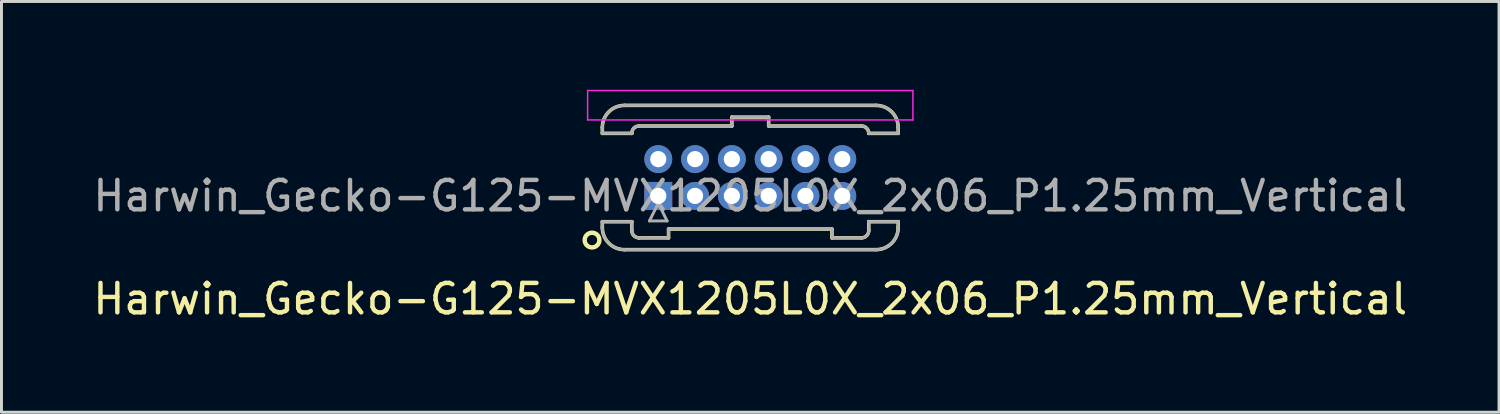
<source format=kicad_pcb>
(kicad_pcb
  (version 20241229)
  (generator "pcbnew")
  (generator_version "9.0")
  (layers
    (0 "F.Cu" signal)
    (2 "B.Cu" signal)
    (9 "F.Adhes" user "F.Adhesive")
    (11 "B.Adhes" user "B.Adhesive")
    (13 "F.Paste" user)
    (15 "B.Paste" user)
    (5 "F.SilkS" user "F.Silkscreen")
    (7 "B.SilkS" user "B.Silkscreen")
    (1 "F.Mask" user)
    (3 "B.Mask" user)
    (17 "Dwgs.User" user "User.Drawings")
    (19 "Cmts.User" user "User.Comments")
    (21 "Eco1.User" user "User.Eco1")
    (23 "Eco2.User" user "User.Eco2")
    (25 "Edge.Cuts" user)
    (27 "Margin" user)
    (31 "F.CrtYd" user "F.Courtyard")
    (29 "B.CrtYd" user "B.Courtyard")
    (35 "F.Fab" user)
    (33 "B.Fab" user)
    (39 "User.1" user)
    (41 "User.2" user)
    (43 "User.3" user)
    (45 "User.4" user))
  (footprint "Harwin_Gecko-G125-MVX1205L0X_2x06_P1.25mm_Vertical"
    (layer "F.Cu")
    (at 19.31 3.605)
    (property "Reference" "Harwin_Gecko-G125-MVX1205L0X_2x06_P1.25mm_Vertical" (at 3.125 3.5 0) (layer "F.SilkS") (effects (font (size 1 1) (thickness 0.15))))
    (attr through_hole)
    (fp_line (start -1.9 -2.325) (end -1.9 -2.125) (stroke (width 0.12) (type solid)) (layer "F.SilkS"))
    (fp_line (start -1.9 -2.125) (end -0.9 -2.125) (stroke (width 0.12) (type solid)) (layer "F.SilkS"))
    (fp_line (start -1.9 0.875) (end -0.9 0.875) (stroke (width 0.12) (type solid)) (layer "F.SilkS"))
    (fp_line (start -1.9 1.075) (end -1.9 0.875) (stroke (width 0.12) (type solid)) (layer "F.SilkS"))
    (fp_line (start -1.15 -3.075) (end 7.4 -3.075) (stroke (width 0.12) (type solid)) (layer "F.SilkS"))
    (fp_line (start -1.15 1.825) (end 7.4 1.825) (stroke (width 0.12) (type solid)) (layer "F.SilkS"))
    (fp_line (start -0.9 -2.125) (end -0.9 -2.125) (stroke (width 0.12) (type solid)) (layer "F.SilkS"))
    (fp_line (start -0.9 0.875) (end -0.9 0.875) (stroke (width 0.12) (type solid)) (layer "F.SilkS"))
    (fp_line (start -0.9 1.175) (end -0.9 0.875) (stroke (width 0.12) (type solid)) (layer "F.SilkS"))
    (fp_line (start -0.65 -2.375) (end 2.5 -2.375) (stroke (width 0.12) (type solid)) (layer "F.SilkS"))
    (fp_line (start -0.65 1.425) (end 0.35 1.425) (stroke (width 0.12) (type solid)) (layer "F.SilkS"))
    (fp_line (start 0.35 1.125) (end 5.9 1.125) (stroke (width 0.12) (type solid)) (layer "F.SilkS"))
    (fp_line (start 0.35 1.425) (end 0.35 1.125) (stroke (width 0.12) (type solid)) (layer "F.SilkS"))
    (fp_line (start 2.5 -2.675) (end 3.75 -2.675) (stroke (width 0.12) (type solid)) (layer "F.SilkS"))
    (fp_line (start 2.5 -2.375) (end 2.5 -2.675) (stroke (width 0.12) (type solid)) (layer "F.SilkS"))
    (fp_line (start 3.75 -2.675) (end 3.75 -2.375) (stroke (width 0.12) (type solid)) (layer "F.SilkS"))
    (fp_line (start 3.75 -2.375) (end 6.9 -2.375) (stroke (width 0.12) (type solid)) (layer "F.SilkS"))
    (fp_line (start 5.9 1.125) (end 5.9 1.425) (stroke (width 0.12) (type solid)) (layer "F.SilkS"))
    (fp_line (start 5.9 1.425) (end 6.9 1.425) (stroke (width 0.12) (type solid)) (layer "F.SilkS"))
    (fp_line (start 7.15 -2.125) (end 7.15 -2.125) (stroke (width 0.12) (type solid)) (layer "F.SilkS"))
    (fp_line (start 7.15 0.875) (end 7.15 0.875) (stroke (width 0.12) (type solid)) (layer "F.SilkS"))
    (fp_line (start 7.15 1.175) (end 7.15 0.875) (stroke (width 0.12) (type solid)) (layer "F.SilkS"))
    (fp_line (start 8.15 -2.325) (end 8.15 -2.125) (stroke (width 0.12) (type solid)) (layer "F.SilkS"))
    (fp_line (start 8.15 -2.125) (end 7.15 -2.125) (stroke (width 0.12) (type solid)) (layer "F.SilkS"))
    (fp_line (start 8.15 0.875) (end 7.15 0.875) (stroke (width 0.12) (type solid)) (layer "F.SilkS"))
    (fp_line (start 8.15 1.075) (end 8.15 0.875) (stroke (width 0.12) (type solid)) (layer "F.SilkS"))
    (fp_arc (start -1.9 -2.325) (mid -1.68033 -2.85533) (end -1.15 -3.075) (stroke (width 0.12) (type solid)) (layer "F.SilkS"))
    (fp_arc (start -1.15 1.825) (mid -1.68033 1.60533) (end -1.9 1.075) (stroke (width 0.12) (type solid)) (layer "F.SilkS"))
    (fp_arc (start -0.9 -2.125) (mid -0.826777 -2.301777) (end -0.65 -2.375) (stroke (width 0.12) (type solid)) (layer "F.SilkS"))
    (fp_arc (start -0.65 1.425) (mid -0.826777 1.351777) (end -0.9 1.175) (stroke (width 0.12) (type solid)) (layer "F.SilkS"))
    (fp_arc (start 6.9 -2.375) (mid 7.076777 -2.301777) (end 7.15 -2.125) (stroke (width 0.12) (type solid)) (layer "F.SilkS"))
    (fp_arc (start 7.15 1.175) (mid 7.076777 1.351777) (end 6.9 1.425) (stroke (width 0.12) (type solid)) (layer "F.SilkS"))
    (fp_arc (start 7.4 -3.075) (mid 7.93033 -2.85533) (end 8.15 -2.325) (stroke (width 0.12) (type solid)) (layer "F.SilkS"))
    (fp_arc (start 8.15 1.075) (mid 7.93033 1.60533) (end 7.4 1.825) (stroke (width 0.12) (type solid)) (layer "F.SilkS"))
    (fp_circle (center -2.25 1.5) (end -2 1.5) (stroke (width 0.15) (type solid)) (fill no) (layer "F.SilkS"))
    (fp_line (start -2.4 -3.58) (end -2.4 -2.58) (stroke (width 0.05) (type solid)) (layer "F.CrtYd"))
    (fp_line (start -2.4 -2.58) (end 8.65 -2.58) (stroke (width 0.05) (type solid)) (layer "F.CrtYd"))
    (fp_line (start 8.65 -3.58) (end -2.4 -3.58) (stroke (width 0.05) (type solid)) (layer "F.CrtYd"))
    (fp_line (start 8.65 -2.58) (end 8.65 -3.58) (stroke (width 0.05) (type solid)) (layer "F.CrtYd"))
    (fp_line (start -1.9 -2.325) (end -1.9 -2.125) (stroke (width 0.1) (type solid)) (layer "F.Fab"))
    (fp_line (start -1.9 -2.125) (end -0.9 -2.125) (stroke (width 0.1) (type solid)) (layer "F.Fab"))
    (fp_line (start -1.9 0.875) (end -0.9 0.875) (stroke (width 0.1) (type solid)) (layer "F.Fab"))
    (fp_line (start -1.9 1.075) (end -1.9 0.875) (stroke (width 0.1) (type solid)) (layer "F.Fab"))
    (fp_line (start -1.15 -3.075) (end 7.4 -3.075) (stroke (width 0.1) (type solid)) (layer "F.Fab"))
    (fp_line (start -1.15 1.825) (end 7.4 1.825) (stroke (width 0.1) (type solid)) (layer "F.Fab"))
    (fp_line (start -0.9 -2.125) (end -0.9 -2.125) (stroke (width 0.1) (type solid)) (layer "F.Fab"))
    (fp_line (start -0.9 0.875) (end -0.9 0.875) (stroke (width 0.1) (type solid)) (layer "F.Fab"))
    (fp_line (start -0.9 1.175) (end -0.9 0.875) (stroke (width 0.1) (type solid)) (layer "F.Fab"))
    (fp_line (start -0.65 -2.375) (end 2.5 -2.375) (stroke (width 0.1) (type solid)) (layer "F.Fab"))
    (fp_line (start -0.65 1.425) (end 0.35 1.425) (stroke (width 0.1) (type solid)) (layer "F.Fab"))
    (fp_line (start -0.3 0.85) (end 0.3 0.85) (stroke (width 0.1) (type solid)) (layer "F.Fab"))
    (fp_line (start 0 0.25) (end -0.3 0.85) (stroke (width 0.1) (type solid)) (layer "F.Fab"))
    (fp_line (start 0.3 0.85) (end 0 0.25) (stroke (width 0.1) (type solid)) (layer "F.Fab"))
    (fp_line (start 0.35 1.125) (end 5.9 1.125) (stroke (width 0.1) (type solid)) (layer "F.Fab"))
    (fp_line (start 0.35 1.425) (end 0.35 1.125) (stroke (width 0.1) (type solid)) (layer "F.Fab"))
    (fp_line (start 2.5 -2.675) (end 3.75 -2.675) (stroke (width 0.1) (type solid)) (layer "F.Fab"))
    (fp_line (start 2.5 -2.375) (end 2.5 -2.675) (stroke (width 0.1) (type solid)) (layer "F.Fab"))
    (fp_line (start 3.75 -2.675) (end 3.75 -2.375) (stroke (width 0.1) (type solid)) (layer "F.Fab"))
    (fp_line (start 3.75 -2.375) (end 6.9 -2.375) (stroke (width 0.1) (type solid)) (layer "F.Fab"))
    (fp_line (start 5.9 1.125) (end 5.9 1.425) (stroke (width 0.1) (type solid)) (layer "F.Fab"))
    (fp_line (start 5.9 1.425) (end 6.9 1.425) (stroke (width 0.1) (type solid)) (layer "F.Fab"))
    (fp_line (start 7.15 -2.125) (end 7.15 -2.125) (stroke (width 0.1) (type solid)) (layer "F.Fab"))
    (fp_line (start 7.15 0.875) (end 7.15 0.875) (stroke (width 0.1) (type solid)) (layer "F.Fab"))
    (fp_line (start 7.15 1.175) (end 7.15 0.875) (stroke (width 0.1) (type solid)) (layer "F.Fab"))
    (fp_line (start 8.15 -2.325) (end 8.15 -2.125) (stroke (width 0.1) (type solid)) (layer "F.Fab"))
    (fp_line (start 8.15 -2.125) (end 7.15 -2.125) (stroke (width 0.1) (type solid)) (layer "F.Fab"))
    (fp_line (start 8.15 0.875) (end 7.15 0.875) (stroke (width 0.1) (type solid)) (layer "F.Fab"))
    (fp_line (start 8.15 1.075) (end 8.15 0.875) (stroke (width 0.1) (type solid)) (layer "F.Fab"))
    (fp_arc (start -1.9 -2.325) (mid -1.68033 -2.85533) (end -1.15 -3.075) (stroke (width 0.1) (type solid)) (layer "F.Fab"))
    (fp_arc (start -1.15 1.825) (mid -1.68033 1.60533) (end -1.9 1.075) (stroke (width 0.1) (type solid)) (layer "F.Fab"))
    (fp_arc (start -0.9 -2.125) (mid -0.826777 -2.301777) (end -0.65 -2.375) (stroke (width 0.1) (type solid)) (layer "F.Fab"))
    (fp_arc (start -0.65 1.425) (mid -0.826777 1.351777) (end -0.9 1.175) (stroke (width 0.1) (type solid)) (layer "F.Fab"))
    (fp_arc (start 6.9 -2.375) (mid 7.076777 -2.301777) (end 7.15 -2.125) (stroke (width 0.1) (type solid)) (layer "F.Fab"))
    (fp_arc (start 7.15 1.175) (mid 7.076777 1.351777) (end 6.9 1.425) (stroke (width 0.1) (type solid)) (layer "F.Fab"))
    (fp_arc (start 7.4 -3.075) (mid 7.93033 -2.85533) (end 8.15 -2.325) (stroke (width 0.1) (type solid)) (layer "F.Fab"))
    (fp_arc (start 8.15 1.075) (mid 7.93033 1.60533) (end 7.4 1.825) (stroke (width 0.1) (type solid)) (layer "F.Fab"))
    (fp_text user "${REFERENCE}" (at 3.125 0 0) (layer "F.Fab") (effects (font (size 1 1) (thickness 0.15))))
    (pad "1" thru_hole rect (at 0 0) (size 0.95 0.95) (drill 0.55) (layers "*.Cu" "*.Mask"))
    (pad "2" thru_hole circle (at 0 -1.25) (size 0.95 0.95) (drill 0.55) (layers "*.Cu" "*.Mask"))
    (pad "3" thru_hole circle (at 1.25 0) (size 0.95 0.95) (drill 0.55) (layers "*.Cu" "*.Mask"))
    (pad "4" thru_hole circle (at 1.25 -1.25) (size 0.95 0.95) (drill 0.55) (layers "*.Cu" "*.Mask"))
    (pad "5" thru_hole circle (at 2.5 0) (size 0.95 0.95) (drill 0.55) (layers "*.Cu" "*.Mask"))
    (pad "6" thru_hole circle (at 2.5 -1.25) (size 0.95 0.95) (drill 0.55) (layers "*.Cu" "*.Mask"))
    (pad "7" thru_hole circle (at 3.75 0) (size 0.95 0.95) (drill 0.55) (layers "*.Cu" "*.Mask"))
    (pad "8" thru_hole circle (at 3.75 -1.25) (size 0.95 0.95) (drill 0.55) (layers "*.Cu" "*.Mask"))
    (pad "9" thru_hole circle (at 5 0) (size 0.95 0.95) (drill 0.55) (layers "*.Cu" "*.Mask"))
    (pad "10" thru_hole circle (at 5 -1.25) (size 0.95 0.95) (drill 0.55) (layers "*.Cu" "*.Mask"))
    (pad "11" thru_hole circle (at 6.25 0) (size 0.95 0.95) (drill 0.55) (layers "*.Cu" "*.Mask"))
    (pad "12" thru_hole circle (at 6.25 -1.25) (size 0.95 0.95) (drill 0.55) (layers "*.Cu" "*.Mask")))
  (gr_rect
    (start -3 -3)
    (end 47.869 10.953)
    (stroke (width 0.1) (type default))
    (fill no)
    (layer "Edge.Cuts")))
</source>
